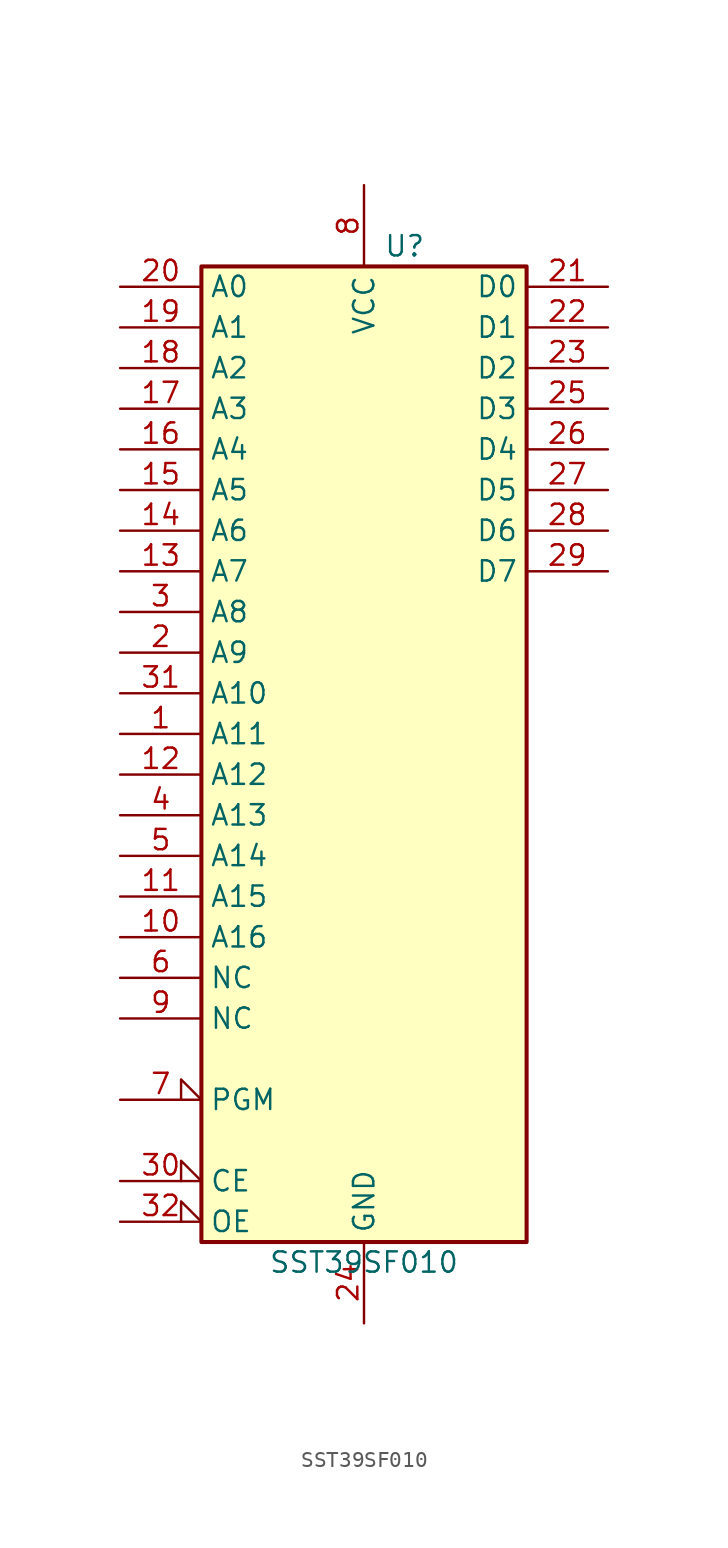
<source format=kicad_sym>
(kicad_symbol_lib
  (version 20231120)
  (generator "kicad_symbol_editor")
  (generator_version "8.0")
  (symbol "SST39SF010"
    (property "Reference" "U"
      (at 2.54 33.02 0)
      (effects (font (size 1.27 1.27))))
    (property "Value" "SST39SF010"
      (at 0 -30.48 0)
      (effects (font (size 1.27 1.27))))
    (symbol "SST39SF010_0_1"
      (rectangle (start -10.16 31.75) (end 10.16 -29.21) (stroke (width 0.254) (type default)) (fill (type background))))
    (symbol "SST39SF010_1_1"
      (pin input line (at -15.24 2.54 0) (length 5.08) (name "A11" (effects (font (size 1.27 1.27)))) (number "1" (effects (font (size 1.27 1.27)))))
      (pin input line (at -15.24 -10.16 0) (length 5.08) (name "A16" (effects (font (size 1.27 1.27)))) (number "10" (effects (font (size 1.27 1.27)))))
      (pin input line (at -15.24 -7.62 0) (length 5.08) (name "A15" (effects (font (size 1.27 1.27)))) (number "11" (effects (font (size 1.27 1.27)))))
      (pin input line (at -15.24 0 0) (length 5.08) (name "A12" (effects (font (size 1.27 1.27)))) (number "12" (effects (font (size 1.27 1.27)))))
      (pin input line (at -15.24 12.7 0) (length 5.08) (name "A7" (effects (font (size 1.27 1.27)))) (number "13" (effects (font (size 1.27 1.27)))))
      (pin input line (at -15.24 15.24 0) (length 5.08) (name "A6" (effects (font (size 1.27 1.27)))) (number "14" (effects (font (size 1.27 1.27)))))
      (pin input line (at -15.24 17.78 0) (length 5.08) (name "A5" (effects (font (size 1.27 1.27)))) (number "15" (effects (font (size 1.27 1.27)))))
      (pin input line (at -15.24 20.32 0) (length 5.08) (name "A4" (effects (font (size 1.27 1.27)))) (number "16" (effects (font (size 1.27 1.27)))))
      (pin input line (at -15.24 22.86 0) (length 5.08) (name "A3" (effects (font (size 1.27 1.27)))) (number "17" (effects (font (size 1.27 1.27)))))
      (pin input line (at -15.24 25.4 0) (length 5.08) (name "A2" (effects (font (size 1.27 1.27)))) (number "18" (effects (font (size 1.27 1.27)))))
      (pin input line (at -15.24 27.94 0) (length 5.08) (name "A1" (effects (font (size 1.27 1.27)))) (number "19" (effects (font (size 1.27 1.27)))))
      (pin input line (at -15.24 7.62 0) (length 5.08) (name "A9" (effects (font (size 1.27 1.27)))) (number "2" (effects (font (size 1.27 1.27)))))
      (pin input line (at -15.24 30.48 0) (length 5.08) (name "A0" (effects (font (size 1.27 1.27)))) (number "20" (effects (font (size 1.27 1.27)))))
      (pin tri_state line (at 15.24 30.48 180) (length 5.08) (name "D0" (effects (font (size 1.27 1.27)))) (number "21" (effects (font (size 1.27 1.27)))))
      (pin tri_state line (at 15.24 27.94 180) (length 5.08) (name "D1" (effects (font (size 1.27 1.27)))) (number "22" (effects (font (size 1.27 1.27)))))
      (pin tri_state line (at 15.24 25.4 180) (length 5.08) (name "D2" (effects (font (size 1.27 1.27)))) (number "23" (effects (font (size 1.27 1.27)))))
      (pin power_in line (at 0 -34.29 90) (length 5.08) (name "GND" (effects (font (size 1.27 1.27)))) (number "24" (effects (font (size 1.27 1.27)))))
      (pin tri_state line (at 15.24 22.86 180) (length 5.08) (name "D3" (effects (font (size 1.27 1.27)))) (number "25" (effects (font (size 1.27 1.27)))))
      (pin tri_state line (at 15.24 20.32 180) (length 5.08) (name "D4" (effects (font (size 1.27 1.27)))) (number "26" (effects (font (size 1.27 1.27)))))
      (pin tri_state line (at 15.24 17.78 180) (length 5.08) (name "D5" (effects (font (size 1.27 1.27)))) (number "27" (effects (font (size 1.27 1.27)))))
      (pin tri_state line (at 15.24 15.24 180) (length 5.08) (name "D6" (effects (font (size 1.27 1.27)))) (number "28" (effects (font (size 1.27 1.27)))))
      (pin tri_state line (at 15.24 12.7 180) (length 5.08) (name "D7" (effects (font (size 1.27 1.27)))) (number "29" (effects (font (size 1.27 1.27)))))
      (pin input line (at -15.24 10.16 0) (length 5.08) (name "A8" (effects (font (size 1.27 1.27)))) (number "3" (effects (font (size 1.27 1.27)))))
      (pin input input_low (at -15.24 -25.4 0) (length 5.08) (name "CE" (effects (font (size 1.27 1.27)))) (number "30" (effects (font (size 1.27 1.27)))))
      (pin input line (at -15.24 5.08 0) (length 5.08) (name "A10" (effects (font (size 1.27 1.27)))) (number "31" (effects (font (size 1.27 1.27)))))
      (pin input input_low (at -15.24 -27.94 0) (length 5.08) (name "OE" (effects (font (size 1.27 1.27)))) (number "32" (effects (font (size 1.27 1.27)))))
      (pin input line (at -15.24 -2.54 0) (length 5.08) (name "A13" (effects (font (size 1.27 1.27)))) (number "4" (effects (font (size 1.27 1.27)))))
      (pin input line (at -15.24 -5.08 0) (length 5.08) (name "A14" (effects (font (size 1.27 1.27)))) (number "5" (effects (font (size 1.27 1.27)))))
      (pin input line (at -15.24 -12.7 0) (length 5.08) (name "NC" (effects (font (size 1.27 1.27)))) (number "6" (effects (font (size 1.27 1.27)))))
      (pin input input_low (at -15.24 -20.32 0) (length 5.08) (name "PGM" (effects (font (size 1.27 1.27)))) (number "7" (effects (font (size 1.27 1.27)))))
      (pin power_in line (at 0 36.83 270) (length 5.08) (name "VCC" (effects (font (size 1.27 1.27)))) (number "8" (effects (font (size 1.27 1.27)))))
      (pin input line (at -15.24 -15.24 0) (length 5.08) (name "NC" (effects (font (size 1.27 1.27)))) (number "9" (effects (font (size 1.27 1.27))))))))
</source>
